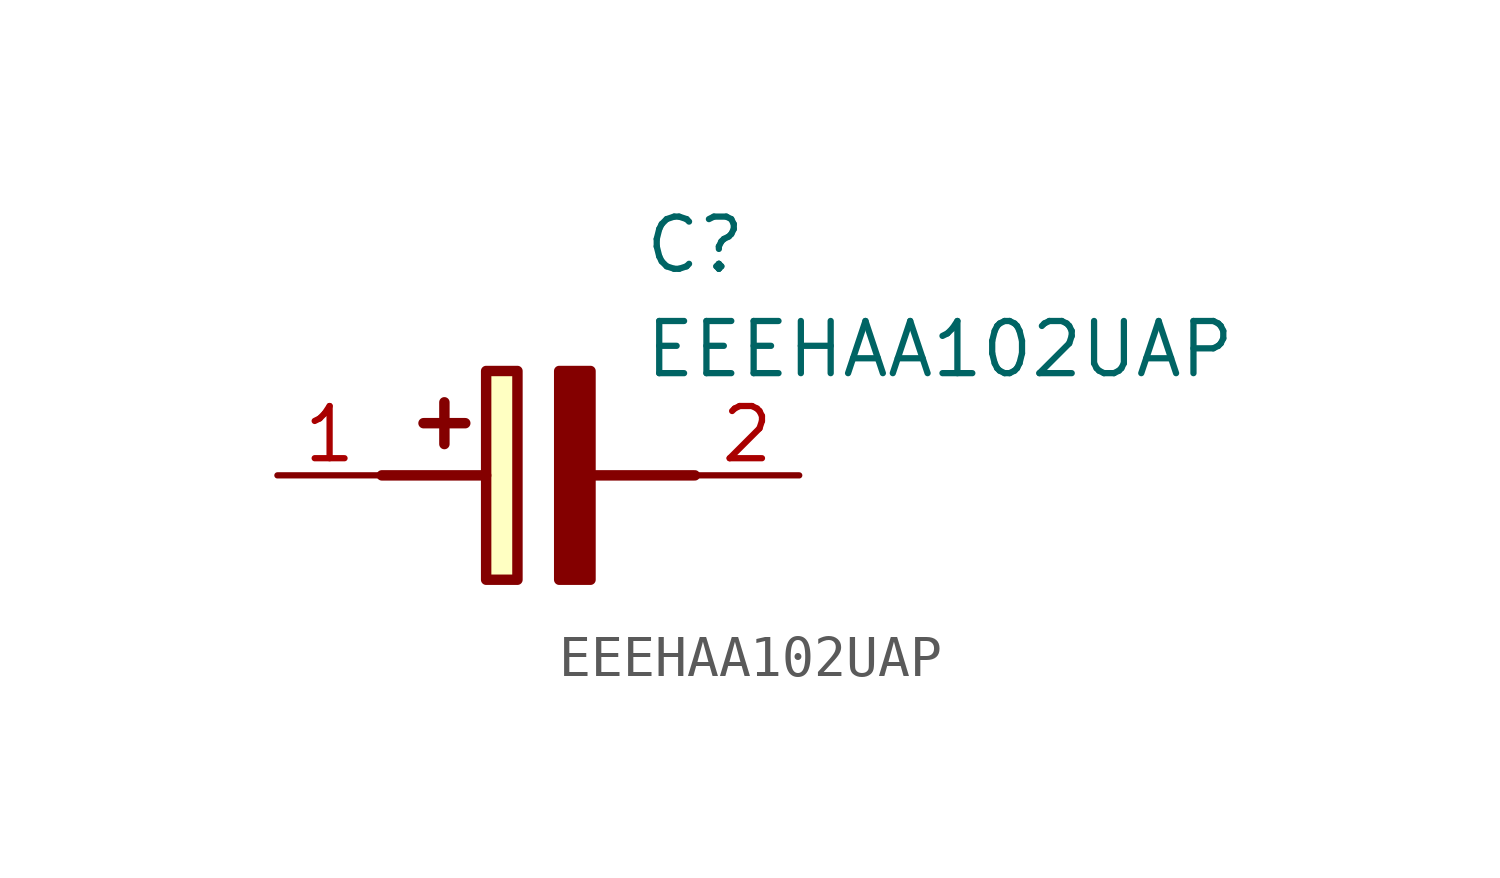
<source format=kicad_sym>
(kicad_symbol_lib
  (version 20211014)
  (generator SamacSys_ECAD_Model)
  (symbol "EEEHAA102UAP"
    (pin_names hide)
    (property "Reference" "C"
      (at 8.89 6.35 0)
      (effects (font (size 1.27 1.27)) (justify left top)))
    (property "Value" "EEEHAA102UAP"
      (at 8.89 3.81 0)
      (effects (font (size 1.27 1.27)) (justify left top)))
    (rectangle
      (start 5.08 2.54)
      (end 5.842 -2.54)
      (stroke (width 0.254) (type default))
      (fill (type background)))
    (polyline
      (pts (xy 4.572 1.27) (xy 3.556 1.27))
      (stroke (width 0.254) (type default))
      (fill (type none)))
    (polyline
      (pts (xy 4.064 1.778) (xy 4.064 0.762))
      (stroke (width 0.254) (type default))
      (fill (type none)))
    (polyline
      (pts (xy 2.54 0) (xy 5.08 0))
      (stroke (width 0.254) (type default))
      (fill (type none)))
    (polyline
      (pts (xy 7.62 0) (xy 10.16 0))
      (stroke (width 0.254) (type default))
      (fill (type none)))
    (polyline
      (pts (xy 7.62 2.54) (xy 7.62 -2.54) (xy 6.858 -2.54) (xy 6.858 2.54) (xy 7.62 2.54))
      (stroke (width 0.254) (type default))
      (fill (type outline)))
    (pin passive line
      (at 0 0 0)
      (length 2.54)
      (name "+" (effects (font (size 1.27 1.27))))
      (number "1" (effects (font (size 1.27 1.27)))))
    (pin passive line
      (at 12.7 0 180)
      (length 2.54)
      (name "-" (effects (font (size 1.27 1.27))))
      (number "2" (effects (font (size 1.27 1.27)))))))
</source>
